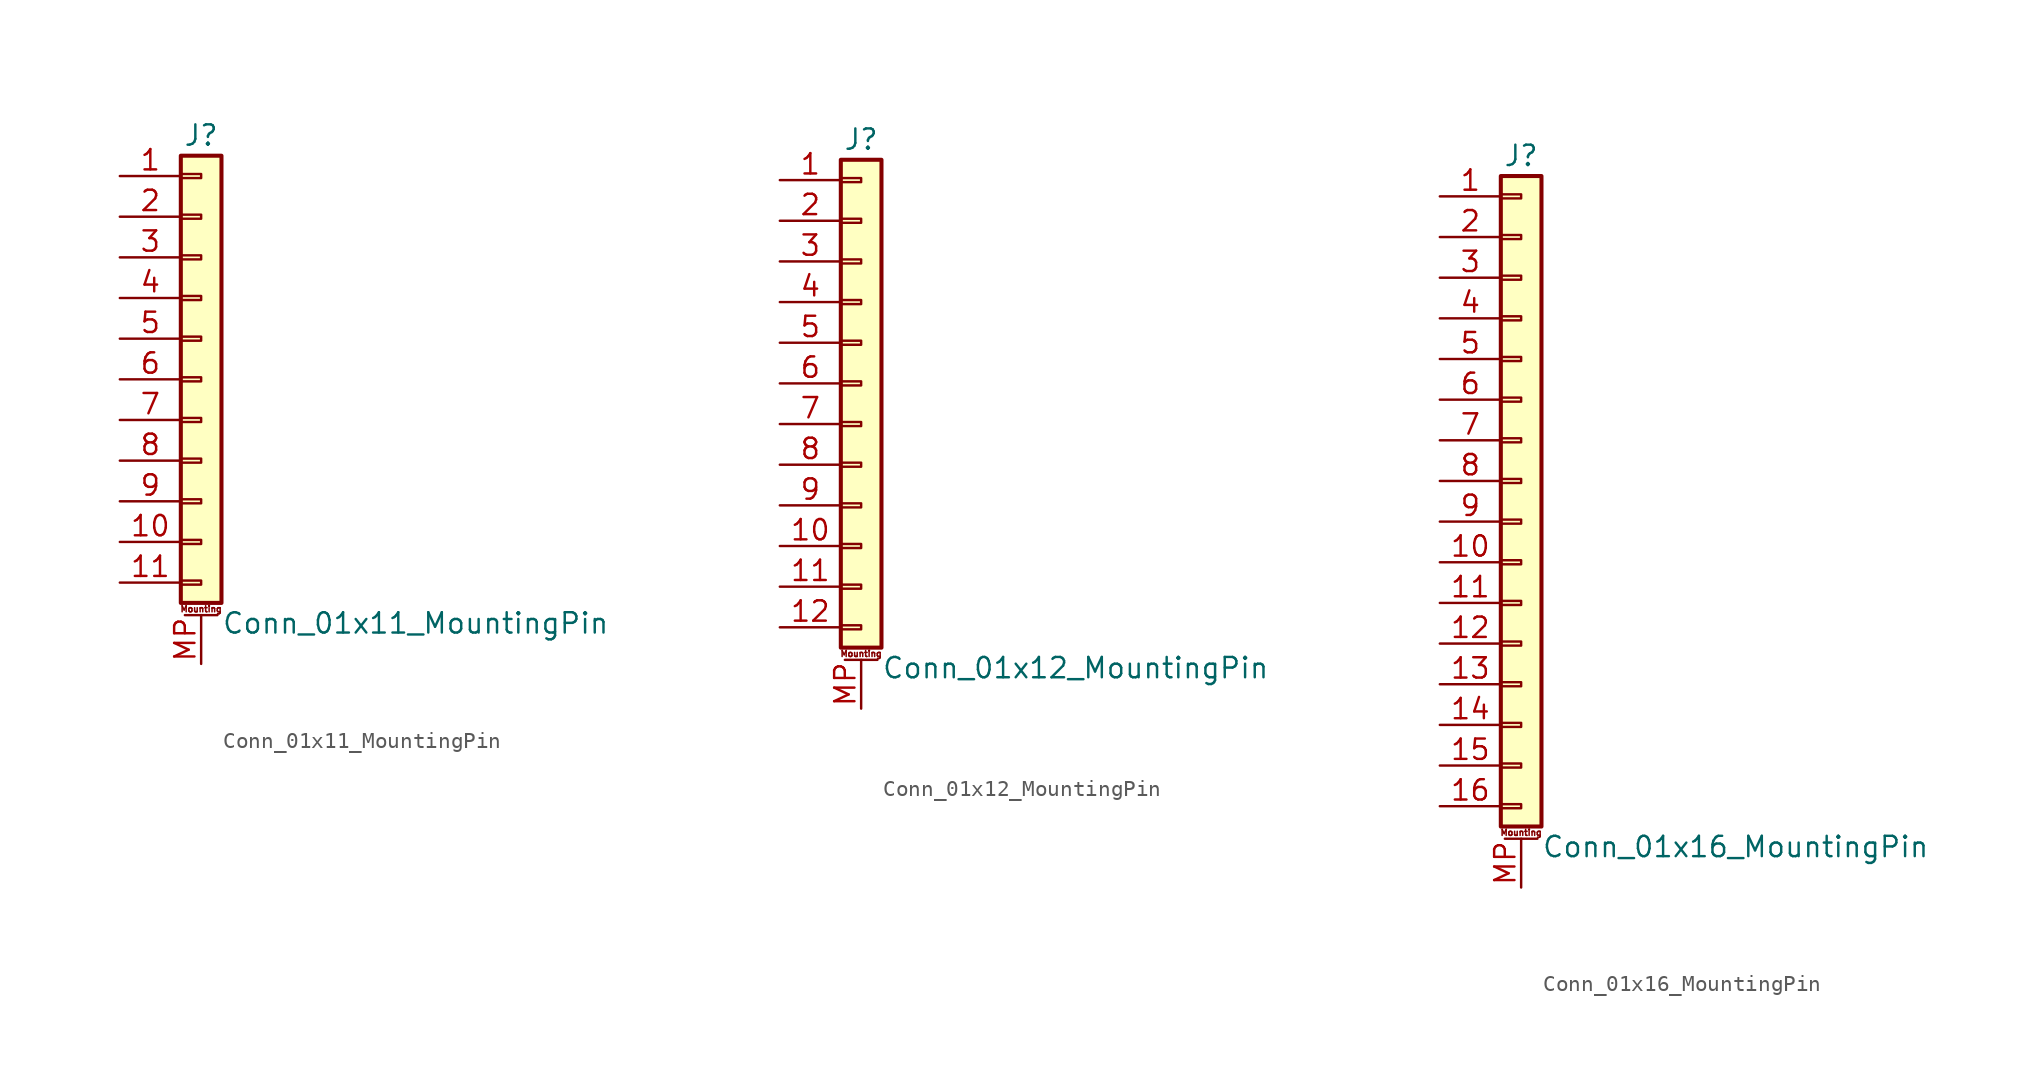
<source format=kicad_sym>
(kicad_symbol_lib
  (version 20211014)
  (generator kicad_symbol_editor)
  (symbol "Conn_01x11_MountingPin"
    (pin_names
      (offset 1.016) hide)
    (property "Reference" "J"
      (at 0 15.24 0)
      (effects (font (size 1.27 1.27))))
    (property "Value" "Conn_01x11_MountingPin"
      (at 1.27 -15.24 0)
      (effects (font (size 1.27 1.27)) (justify left)))
    (symbol "Conn_01x11_MountingPin_1_1"
      (rectangle (start -1.27 -12.573) (end 0 -12.827) (stroke (width 0.152) (type default) (color 0 0 0 0)) (fill (type none)))
      (rectangle (start -1.27 -10.033) (end 0 -10.287) (stroke (width 0.152) (type default) (color 0 0 0 0)) (fill (type none)))
      (rectangle (start -1.27 -7.493) (end 0 -7.747) (stroke (width 0.152) (type default) (color 0 0 0 0)) (fill (type none)))
      (rectangle (start -1.27 -4.953) (end 0 -5.207) (stroke (width 0.152) (type default) (color 0 0 0 0)) (fill (type none)))
      (rectangle (start -1.27 -2.413) (end 0 -2.667) (stroke (width 0.152) (type default) (color 0 0 0 0)) (fill (type none)))
      (rectangle (start -1.27 0.127) (end 0 -0.127) (stroke (width 0.152) (type default) (color 0 0 0 0)) (fill (type none)))
      (rectangle (start -1.27 2.667) (end 0 2.413) (stroke (width 0.152) (type default) (color 0 0 0 0)) (fill (type none)))
      (rectangle (start -1.27 5.207) (end 0 4.953) (stroke (width 0.152) (type default) (color 0 0 0 0)) (fill (type none)))
      (rectangle (start -1.27 7.747) (end 0 7.493) (stroke (width 0.152) (type default) (color 0 0 0 0)) (fill (type none)))
      (rectangle (start -1.27 10.287) (end 0 10.033) (stroke (width 0.152) (type default) (color 0 0 0 0)) (fill (type none)))
      (rectangle (start -1.27 12.827) (end 0 12.573) (stroke (width 0.152) (type default) (color 0 0 0 0)) (fill (type none)))
      (rectangle (start -1.27 13.97) (end 1.27 -13.97) (stroke (width 0.254) (type default) (color 0 0 0 0)) (fill (type background)))
      (polyline (pts (xy -1.016 -14.732) (xy 1.016 -14.732)) (stroke (width 0.152) (type default) (color 0 0 0 0)) (fill (type none)))
      (text "Mounting" (at 0 -14.351 0) (effects (font (size 0.381 0.381))))
      (pin passive line (at -5.08 12.7 0) (length 3.81) (name "Pin_1" (effects (font (size 1.27 1.27)))) (number "1" (effects (font (size 1.27 1.27)))))
      (pin passive line (at -5.08 -10.16 0) (length 3.81) (name "Pin_10" (effects (font (size 1.27 1.27)))) (number "10" (effects (font (size 1.27 1.27)))))
      (pin passive line (at -5.08 -12.7 0) (length 3.81) (name "Pin_11" (effects (font (size 1.27 1.27)))) (number "11" (effects (font (size 1.27 1.27)))))
      (pin passive line (at -5.08 10.16 0) (length 3.81) (name "Pin_2" (effects (font (size 1.27 1.27)))) (number "2" (effects (font (size 1.27 1.27)))))
      (pin passive line (at -5.08 7.62 0) (length 3.81) (name "Pin_3" (effects (font (size 1.27 1.27)))) (number "3" (effects (font (size 1.27 1.27)))))
      (pin passive line (at -5.08 5.08 0) (length 3.81) (name "Pin_4" (effects (font (size 1.27 1.27)))) (number "4" (effects (font (size 1.27 1.27)))))
      (pin passive line (at -5.08 2.54 0) (length 3.81) (name "Pin_5" (effects (font (size 1.27 1.27)))) (number "5" (effects (font (size 1.27 1.27)))))
      (pin passive line (at -5.08 0 0) (length 3.81) (name "Pin_6" (effects (font (size 1.27 1.27)))) (number "6" (effects (font (size 1.27 1.27)))))
      (pin passive line (at -5.08 -2.54 0) (length 3.81) (name "Pin_7" (effects (font (size 1.27 1.27)))) (number "7" (effects (font (size 1.27 1.27)))))
      (pin passive line (at -5.08 -5.08 0) (length 3.81) (name "Pin_8" (effects (font (size 1.27 1.27)))) (number "8" (effects (font (size 1.27 1.27)))))
      (pin passive line (at -5.08 -7.62 0) (length 3.81) (name "Pin_9" (effects (font (size 1.27 1.27)))) (number "9" (effects (font (size 1.27 1.27)))))
      (pin passive line (at 0 -17.78 90) (length 3.048) (name "MountPin" (effects (font (size 1.27 1.27)))) (number "MP" (effects (font (size 1.27 1.27)))))))
  (symbol "Conn_01x12_MountingPin"
    (pin_names
      (offset 1.016) hide)
    (property "Reference" "J"
      (at 0 15.24 0)
      (effects (font (size 1.27 1.27))))
    (property "Value" "Conn_01x12_MountingPin"
      (at 1.27 -17.78 0)
      (effects (font (size 1.27 1.27)) (justify left)))
    (symbol "Conn_01x12_MountingPin_1_1"
      (rectangle (start -1.27 -15.113) (end 0 -15.367) (stroke (width 0.152) (type default) (color 0 0 0 0)) (fill (type none)))
      (rectangle (start -1.27 -12.573) (end 0 -12.827) (stroke (width 0.152) (type default) (color 0 0 0 0)) (fill (type none)))
      (rectangle (start -1.27 -10.033) (end 0 -10.287) (stroke (width 0.152) (type default) (color 0 0 0 0)) (fill (type none)))
      (rectangle (start -1.27 -7.493) (end 0 -7.747) (stroke (width 0.152) (type default) (color 0 0 0 0)) (fill (type none)))
      (rectangle (start -1.27 -4.953) (end 0 -5.207) (stroke (width 0.152) (type default) (color 0 0 0 0)) (fill (type none)))
      (rectangle (start -1.27 -2.413) (end 0 -2.667) (stroke (width 0.152) (type default) (color 0 0 0 0)) (fill (type none)))
      (rectangle (start -1.27 0.127) (end 0 -0.127) (stroke (width 0.152) (type default) (color 0 0 0 0)) (fill (type none)))
      (rectangle (start -1.27 2.667) (end 0 2.413) (stroke (width 0.152) (type default) (color 0 0 0 0)) (fill (type none)))
      (rectangle (start -1.27 5.207) (end 0 4.953) (stroke (width 0.152) (type default) (color 0 0 0 0)) (fill (type none)))
      (rectangle (start -1.27 7.747) (end 0 7.493) (stroke (width 0.152) (type default) (color 0 0 0 0)) (fill (type none)))
      (rectangle (start -1.27 10.287) (end 0 10.033) (stroke (width 0.152) (type default) (color 0 0 0 0)) (fill (type none)))
      (rectangle (start -1.27 12.827) (end 0 12.573) (stroke (width 0.152) (type default) (color 0 0 0 0)) (fill (type none)))
      (rectangle (start -1.27 13.97) (end 1.27 -16.51) (stroke (width 0.254) (type default) (color 0 0 0 0)) (fill (type background)))
      (polyline (pts (xy -1.016 -17.272) (xy 1.016 -17.272)) (stroke (width 0.152) (type default) (color 0 0 0 0)) (fill (type none)))
      (text "Mounting" (at 0 -16.891 0) (effects (font (size 0.381 0.381))))
      (pin passive line (at -5.08 12.7 0) (length 3.81) (name "Pin_1" (effects (font (size 1.27 1.27)))) (number "1" (effects (font (size 1.27 1.27)))))
      (pin passive line (at -5.08 -10.16 0) (length 3.81) (name "Pin_10" (effects (font (size 1.27 1.27)))) (number "10" (effects (font (size 1.27 1.27)))))
      (pin passive line (at -5.08 -12.7 0) (length 3.81) (name "Pin_11" (effects (font (size 1.27 1.27)))) (number "11" (effects (font (size 1.27 1.27)))))
      (pin passive line (at -5.08 -15.24 0) (length 3.81) (name "Pin_12" (effects (font (size 1.27 1.27)))) (number "12" (effects (font (size 1.27 1.27)))))
      (pin passive line (at -5.08 10.16 0) (length 3.81) (name "Pin_2" (effects (font (size 1.27 1.27)))) (number "2" (effects (font (size 1.27 1.27)))))
      (pin passive line (at -5.08 7.62 0) (length 3.81) (name "Pin_3" (effects (font (size 1.27 1.27)))) (number "3" (effects (font (size 1.27 1.27)))))
      (pin passive line (at -5.08 5.08 0) (length 3.81) (name "Pin_4" (effects (font (size 1.27 1.27)))) (number "4" (effects (font (size 1.27 1.27)))))
      (pin passive line (at -5.08 2.54 0) (length 3.81) (name "Pin_5" (effects (font (size 1.27 1.27)))) (number "5" (effects (font (size 1.27 1.27)))))
      (pin passive line (at -5.08 0 0) (length 3.81) (name "Pin_6" (effects (font (size 1.27 1.27)))) (number "6" (effects (font (size 1.27 1.27)))))
      (pin passive line (at -5.08 -2.54 0) (length 3.81) (name "Pin_7" (effects (font (size 1.27 1.27)))) (number "7" (effects (font (size 1.27 1.27)))))
      (pin passive line (at -5.08 -5.08 0) (length 3.81) (name "Pin_8" (effects (font (size 1.27 1.27)))) (number "8" (effects (font (size 1.27 1.27)))))
      (pin passive line (at -5.08 -7.62 0) (length 3.81) (name "Pin_9" (effects (font (size 1.27 1.27)))) (number "9" (effects (font (size 1.27 1.27)))))
      (pin passive line (at 0 -20.32 90) (length 3.048) (name "MountPin" (effects (font (size 1.27 1.27)))) (number "MP" (effects (font (size 1.27 1.27)))))))
  (symbol "Conn_01x16_MountingPin"
    (pin_names
      (offset 1.016) hide)
    (property "Reference" "J"
      (at 0 20.32 0)
      (effects (font (size 1.27 1.27))))
    (property "Value" "Conn_01x16_MountingPin"
      (at 1.27 -22.86 0)
      (effects (font (size 1.27 1.27)) (justify left)))
    (symbol "Conn_01x16_MountingPin_1_1"
      (rectangle (start -1.27 -20.193) (end 0 -20.447) (stroke (width 0.152) (type default) (color 0 0 0 0)) (fill (type none)))
      (rectangle (start -1.27 -17.653) (end 0 -17.907) (stroke (width 0.152) (type default) (color 0 0 0 0)) (fill (type none)))
      (rectangle (start -1.27 -15.113) (end 0 -15.367) (stroke (width 0.152) (type default) (color 0 0 0 0)) (fill (type none)))
      (rectangle (start -1.27 -12.573) (end 0 -12.827) (stroke (width 0.152) (type default) (color 0 0 0 0)) (fill (type none)))
      (rectangle (start -1.27 -10.033) (end 0 -10.287) (stroke (width 0.152) (type default) (color 0 0 0 0)) (fill (type none)))
      (rectangle (start -1.27 -7.493) (end 0 -7.747) (stroke (width 0.152) (type default) (color 0 0 0 0)) (fill (type none)))
      (rectangle (start -1.27 -4.953) (end 0 -5.207) (stroke (width 0.152) (type default) (color 0 0 0 0)) (fill (type none)))
      (rectangle (start -1.27 -2.413) (end 0 -2.667) (stroke (width 0.152) (type default) (color 0 0 0 0)) (fill (type none)))
      (rectangle (start -1.27 0.127) (end 0 -0.127) (stroke (width 0.152) (type default) (color 0 0 0 0)) (fill (type none)))
      (rectangle (start -1.27 2.667) (end 0 2.413) (stroke (width 0.152) (type default) (color 0 0 0 0)) (fill (type none)))
      (rectangle (start -1.27 5.207) (end 0 4.953) (stroke (width 0.152) (type default) (color 0 0 0 0)) (fill (type none)))
      (rectangle (start -1.27 7.747) (end 0 7.493) (stroke (width 0.152) (type default) (color 0 0 0 0)) (fill (type none)))
      (rectangle (start -1.27 10.287) (end 0 10.033) (stroke (width 0.152) (type default) (color 0 0 0 0)) (fill (type none)))
      (rectangle (start -1.27 12.827) (end 0 12.573) (stroke (width 0.152) (type default) (color 0 0 0 0)) (fill (type none)))
      (rectangle (start -1.27 15.367) (end 0 15.113) (stroke (width 0.152) (type default) (color 0 0 0 0)) (fill (type none)))
      (rectangle (start -1.27 17.907) (end 0 17.653) (stroke (width 0.152) (type default) (color 0 0 0 0)) (fill (type none)))
      (rectangle (start -1.27 19.05) (end 1.27 -21.59) (stroke (width 0.254) (type default) (color 0 0 0 0)) (fill (type background)))
      (polyline (pts (xy -1.016 -22.352) (xy 1.016 -22.352)) (stroke (width 0.152) (type default) (color 0 0 0 0)) (fill (type none)))
      (text "Mounting" (at 0 -21.971 0) (effects (font (size 0.381 0.381))))
      (pin passive line (at -5.08 17.78 0) (length 3.81) (name "Pin_1" (effects (font (size 1.27 1.27)))) (number "1" (effects (font (size 1.27 1.27)))))
      (pin passive line (at -5.08 -5.08 0) (length 3.81) (name "Pin_10" (effects (font (size 1.27 1.27)))) (number "10" (effects (font (size 1.27 1.27)))))
      (pin passive line (at -5.08 -7.62 0) (length 3.81) (name "Pin_11" (effects (font (size 1.27 1.27)))) (number "11" (effects (font (size 1.27 1.27)))))
      (pin passive line (at -5.08 -10.16 0) (length 3.81) (name "Pin_12" (effects (font (size 1.27 1.27)))) (number "12" (effects (font (size 1.27 1.27)))))
      (pin passive line (at -5.08 -12.7 0) (length 3.81) (name "Pin_13" (effects (font (size 1.27 1.27)))) (number "13" (effects (font (size 1.27 1.27)))))
      (pin passive line (at -5.08 -15.24 0) (length 3.81) (name "Pin_14" (effects (font (size 1.27 1.27)))) (number "14" (effects (font (size 1.27 1.27)))))
      (pin passive line (at -5.08 -17.78 0) (length 3.81) (name "Pin_15" (effects (font (size 1.27 1.27)))) (number "15" (effects (font (size 1.27 1.27)))))
      (pin passive line (at -5.08 -20.32 0) (length 3.81) (name "Pin_16" (effects (font (size 1.27 1.27)))) (number "16" (effects (font (size 1.27 1.27)))))
      (pin passive line (at -5.08 15.24 0) (length 3.81) (name "Pin_2" (effects (font (size 1.27 1.27)))) (number "2" (effects (font (size 1.27 1.27)))))
      (pin passive line (at -5.08 12.7 0) (length 3.81) (name "Pin_3" (effects (font (size 1.27 1.27)))) (number "3" (effects (font (size 1.27 1.27)))))
      (pin passive line (at -5.08 10.16 0) (length 3.81) (name "Pin_4" (effects (font (size 1.27 1.27)))) (number "4" (effects (font (size 1.27 1.27)))))
      (pin passive line (at -5.08 7.62 0) (length 3.81) (name "Pin_5" (effects (font (size 1.27 1.27)))) (number "5" (effects (font (size 1.27 1.27)))))
      (pin passive line (at -5.08 5.08 0) (length 3.81) (name "Pin_6" (effects (font (size 1.27 1.27)))) (number "6" (effects (font (size 1.27 1.27)))))
      (pin passive line (at -5.08 2.54 0) (length 3.81) (name "Pin_7" (effects (font (size 1.27 1.27)))) (number "7" (effects (font (size 1.27 1.27)))))
      (pin passive line (at -5.08 0 0) (length 3.81) (name "Pin_8" (effects (font (size 1.27 1.27)))) (number "8" (effects (font (size 1.27 1.27)))))
      (pin passive line (at -5.08 -2.54 0) (length 3.81) (name "Pin_9" (effects (font (size 1.27 1.27)))) (number "9" (effects (font (size 1.27 1.27)))))
      (pin passive line (at 0 -25.4 90) (length 3.048) (name "MountPin" (effects (font (size 1.27 1.27)))) (number "MP" (effects (font (size 1.27 1.27))))))))
</source>
